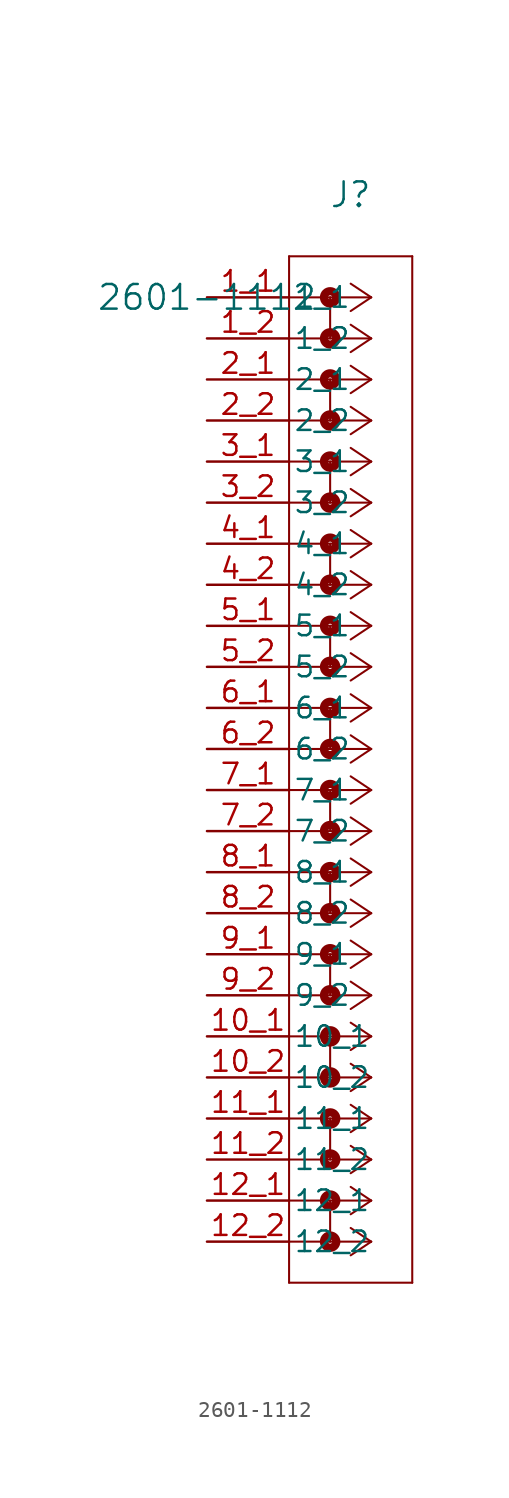
<source format=kicad_sym>
(kicad_symbol_lib
  (version 20220914)
  (generator kicad_symbol_editor)
  (symbol "2601-1112"
    (pin_names
      (offset 0.254))
    (property "Reference" "J"
      (at 8.89 6.35 0)
      (effects (font (size 1.524 1.524))))
    (property "Value" "2601-1112"
      (at 0 0 0)
      (effects (font (size 1.524 1.524))))
    (property "ki_locked" ""
      (at 0 0 0)
      (effects (font (size 1.27 1.27))))
    (symbol "2601-1112_0_1"
      (polyline (pts (xy 5.08 -60.96) (xy 12.7 -60.96)) (stroke (width 0.127) (type default)) (fill (type none)))
      (polyline (pts (xy 5.08 2.54) (xy 5.08 -60.96)) (stroke (width 0.127) (type default)) (fill (type none)))
      (polyline (pts (xy 7.62 -55.88) (xy 7.62 -58.42)) (stroke (width 0.127) (type default)) (fill (type none)))
      (polyline (pts (xy 7.62 -50.8) (xy 7.62 -53.34)) (stroke (width 0.127) (type default)) (fill (type none)))
      (polyline (pts (xy 7.62 -45.72) (xy 7.62 -48.26)) (stroke (width 0.127) (type default)) (fill (type none)))
      (polyline (pts (xy 7.62 -40.64) (xy 7.62 -43.18)) (stroke (width 0.127) (type default)) (fill (type none)))
      (polyline (pts (xy 7.62 -35.56) (xy 7.62 -38.1)) (stroke (width 0.127) (type default)) (fill (type none)))
      (polyline (pts (xy 7.62 -30.48) (xy 7.62 -33.02)) (stroke (width 0.127) (type default)) (fill (type none)))
      (polyline (pts (xy 7.62 -25.4) (xy 7.62 -27.94)) (stroke (width 0.127) (type default)) (fill (type none)))
      (polyline (pts (xy 7.62 -20.32) (xy 7.62 -22.86)) (stroke (width 0.127) (type default)) (fill (type none)))
      (polyline (pts (xy 7.62 -15.24) (xy 7.62 -17.78)) (stroke (width 0.127) (type default)) (fill (type none)))
      (polyline (pts (xy 7.62 -10.16) (xy 7.62 -12.7)) (stroke (width 0.127) (type default)) (fill (type none)))
      (polyline (pts (xy 7.62 -5.08) (xy 7.62 -7.62)) (stroke (width 0.127) (type default)) (fill (type none)))
      (polyline (pts (xy 7.62 0) (xy 7.62 -2.54)) (stroke (width 0.127) (type default)) (fill (type none)))
      (polyline (pts (xy 10.16 -58.42) (xy 5.08 -58.42)) (stroke (width 0.127) (type default)) (fill (type none)))
      (polyline (pts (xy 10.16 -58.42) (xy 8.89 -59.267)) (stroke (width 0.127) (type default)) (fill (type none)))
      (polyline (pts (xy 10.16 -58.42) (xy 8.89 -57.573)) (stroke (width 0.127) (type default)) (fill (type none)))
      (polyline (pts (xy 10.16 -55.88) (xy 5.08 -55.88)) (stroke (width 0.127) (type default)) (fill (type none)))
      (polyline (pts (xy 10.16 -55.88) (xy 8.89 -56.727)) (stroke (width 0.127) (type default)) (fill (type none)))
      (polyline (pts (xy 10.16 -55.88) (xy 8.89 -55.033)) (stroke (width 0.127) (type default)) (fill (type none)))
      (polyline (pts (xy 10.16 -53.34) (xy 5.08 -53.34)) (stroke (width 0.127) (type default)) (fill (type none)))
      (polyline (pts (xy 10.16 -53.34) (xy 8.89 -54.187)) (stroke (width 0.127) (type default)) (fill (type none)))
      (polyline (pts (xy 10.16 -53.34) (xy 8.89 -52.493)) (stroke (width 0.127) (type default)) (fill (type none)))
      (polyline (pts (xy 10.16 -50.8) (xy 5.08 -50.8)) (stroke (width 0.127) (type default)) (fill (type none)))
      (polyline (pts (xy 10.16 -50.8) (xy 8.89 -51.647)) (stroke (width 0.127) (type default)) (fill (type none)))
      (polyline (pts (xy 10.16 -50.8) (xy 8.89 -49.953)) (stroke (width 0.127) (type default)) (fill (type none)))
      (polyline (pts (xy 10.16 -48.26) (xy 5.08 -48.26)) (stroke (width 0.127) (type default)) (fill (type none)))
      (polyline (pts (xy 10.16 -48.26) (xy 8.89 -49.107)) (stroke (width 0.127) (type default)) (fill (type none)))
      (polyline (pts (xy 10.16 -48.26) (xy 8.89 -47.413)) (stroke (width 0.127) (type default)) (fill (type none)))
      (polyline (pts (xy 10.16 -45.72) (xy 5.08 -45.72)) (stroke (width 0.127) (type default)) (fill (type none)))
      (polyline (pts (xy 10.16 -45.72) (xy 8.89 -46.567)) (stroke (width 0.127) (type default)) (fill (type none)))
      (polyline (pts (xy 10.16 -45.72) (xy 8.89 -44.873)) (stroke (width 0.127) (type default)) (fill (type none)))
      (polyline (pts (xy 10.16 -43.18) (xy 5.08 -43.18)) (stroke (width 0.127) (type default)) (fill (type none)))
      (polyline (pts (xy 10.16 -43.18) (xy 8.89 -44.027)) (stroke (width 0.127) (type default)) (fill (type none)))
      (polyline (pts (xy 10.16 -43.18) (xy 8.89 -42.333)) (stroke (width 0.127) (type default)) (fill (type none)))
      (polyline (pts (xy 10.16 -40.64) (xy 5.08 -40.64)) (stroke (width 0.127) (type default)) (fill (type none)))
      (polyline (pts (xy 10.16 -40.64) (xy 8.89 -41.487)) (stroke (width 0.127) (type default)) (fill (type none)))
      (polyline (pts (xy 10.16 -40.64) (xy 8.89 -39.793)) (stroke (width 0.127) (type default)) (fill (type none)))
      (polyline (pts (xy 10.16 -38.1) (xy 5.08 -38.1)) (stroke (width 0.127) (type default)) (fill (type none)))
      (polyline (pts (xy 10.16 -38.1) (xy 8.89 -38.947)) (stroke (width 0.127) (type default)) (fill (type none)))
      (polyline (pts (xy 10.16 -38.1) (xy 8.89 -37.253)) (stroke (width 0.127) (type default)) (fill (type none)))
      (polyline (pts (xy 10.16 -35.56) (xy 5.08 -35.56)) (stroke (width 0.127) (type default)) (fill (type none)))
      (polyline (pts (xy 10.16 -35.56) (xy 8.89 -36.407)) (stroke (width 0.127) (type default)) (fill (type none)))
      (polyline (pts (xy 10.16 -35.56) (xy 8.89 -34.713)) (stroke (width 0.127) (type default)) (fill (type none)))
      (polyline (pts (xy 10.16 -33.02) (xy 5.08 -33.02)) (stroke (width 0.127) (type default)) (fill (type none)))
      (polyline (pts (xy 10.16 -33.02) (xy 8.89 -33.867)) (stroke (width 0.127) (type default)) (fill (type none)))
      (polyline (pts (xy 10.16 -33.02) (xy 8.89 -32.173)) (stroke (width 0.127) (type default)) (fill (type none)))
      (polyline (pts (xy 10.16 -30.48) (xy 5.08 -30.48)) (stroke (width 0.127) (type default)) (fill (type none)))
      (polyline (pts (xy 10.16 -30.48) (xy 8.89 -31.327)) (stroke (width 0.127) (type default)) (fill (type none)))
      (polyline (pts (xy 10.16 -30.48) (xy 8.89 -29.633)) (stroke (width 0.127) (type default)) (fill (type none)))
      (polyline (pts (xy 10.16 -27.94) (xy 5.08 -27.94)) (stroke (width 0.127) (type default)) (fill (type none)))
      (polyline (pts (xy 10.16 -27.94) (xy 8.89 -28.787)) (stroke (width 0.127) (type default)) (fill (type none)))
      (polyline (pts (xy 10.16 -27.94) (xy 8.89 -27.093)) (stroke (width 0.127) (type default)) (fill (type none)))
      (polyline (pts (xy 10.16 -25.4) (xy 5.08 -25.4)) (stroke (width 0.127) (type default)) (fill (type none)))
      (polyline (pts (xy 10.16 -25.4) (xy 8.89 -26.247)) (stroke (width 0.127) (type default)) (fill (type none)))
      (polyline (pts (xy 10.16 -25.4) (xy 8.89 -24.553)) (stroke (width 0.127) (type default)) (fill (type none)))
      (polyline (pts (xy 10.16 -22.86) (xy 5.08 -22.86)) (stroke (width 0.127) (type default)) (fill (type none)))
      (polyline (pts (xy 10.16 -22.86) (xy 8.89 -23.707)) (stroke (width 0.127) (type default)) (fill (type none)))
      (polyline (pts (xy 10.16 -22.86) (xy 8.89 -22.013)) (stroke (width 0.127) (type default)) (fill (type none)))
      (polyline (pts (xy 10.16 -20.32) (xy 5.08 -20.32)) (stroke (width 0.127) (type default)) (fill (type none)))
      (polyline (pts (xy 10.16 -20.32) (xy 8.89 -21.167)) (stroke (width 0.127) (type default)) (fill (type none)))
      (polyline (pts (xy 10.16 -20.32) (xy 8.89 -19.473)) (stroke (width 0.127) (type default)) (fill (type none)))
      (polyline (pts (xy 10.16 -17.78) (xy 5.08 -17.78)) (stroke (width 0.127) (type default)) (fill (type none)))
      (polyline (pts (xy 10.16 -17.78) (xy 8.89 -18.627)) (stroke (width 0.127) (type default)) (fill (type none)))
      (polyline (pts (xy 10.16 -17.78) (xy 8.89 -16.933)) (stroke (width 0.127) (type default)) (fill (type none)))
      (polyline (pts (xy 10.16 -15.24) (xy 5.08 -15.24)) (stroke (width 0.127) (type default)) (fill (type none)))
      (polyline (pts (xy 10.16 -15.24) (xy 8.89 -16.087)) (stroke (width 0.127) (type default)) (fill (type none)))
      (polyline (pts (xy 10.16 -15.24) (xy 8.89 -14.393)) (stroke (width 0.127) (type default)) (fill (type none)))
      (polyline (pts (xy 10.16 -12.7) (xy 5.08 -12.7)) (stroke (width 0.127) (type default)) (fill (type none)))
      (polyline (pts (xy 10.16 -12.7) (xy 8.89 -13.547)) (stroke (width 0.127) (type default)) (fill (type none)))
      (polyline (pts (xy 10.16 -12.7) (xy 8.89 -11.853)) (stroke (width 0.127) (type default)) (fill (type none)))
      (polyline (pts (xy 10.16 -10.16) (xy 5.08 -10.16)) (stroke (width 0.127) (type default)) (fill (type none)))
      (polyline (pts (xy 10.16 -10.16) (xy 8.89 -11.007)) (stroke (width 0.127) (type default)) (fill (type none)))
      (polyline (pts (xy 10.16 -10.16) (xy 8.89 -9.313)) (stroke (width 0.127) (type default)) (fill (type none)))
      (polyline (pts (xy 10.16 -7.62) (xy 5.08 -7.62)) (stroke (width 0.127) (type default)) (fill (type none)))
      (polyline (pts (xy 10.16 -7.62) (xy 8.89 -8.467)) (stroke (width 0.127) (type default)) (fill (type none)))
      (polyline (pts (xy 10.16 -7.62) (xy 8.89 -6.773)) (stroke (width 0.127) (type default)) (fill (type none)))
      (polyline (pts (xy 10.16 -5.08) (xy 5.08 -5.08)) (stroke (width 0.127) (type default)) (fill (type none)))
      (polyline (pts (xy 10.16 -5.08) (xy 8.89 -5.927)) (stroke (width 0.127) (type default)) (fill (type none)))
      (polyline (pts (xy 10.16 -5.08) (xy 8.89 -4.233)) (stroke (width 0.127) (type default)) (fill (type none)))
      (polyline (pts (xy 10.16 -2.54) (xy 5.08 -2.54)) (stroke (width 0.127) (type default)) (fill (type none)))
      (polyline (pts (xy 10.16 -2.54) (xy 8.89 -3.387)) (stroke (width 0.127) (type default)) (fill (type none)))
      (polyline (pts (xy 10.16 -2.54) (xy 8.89 -1.693)) (stroke (width 0.127) (type default)) (fill (type none)))
      (polyline (pts (xy 10.16 0) (xy 5.08 0)) (stroke (width 0.127) (type default)) (fill (type none)))
      (polyline (pts (xy 10.16 0) (xy 8.89 -0.847)) (stroke (width 0.127) (type default)) (fill (type none)))
      (polyline (pts (xy 10.16 0) (xy 8.89 0.847)) (stroke (width 0.127) (type default)) (fill (type none)))
      (polyline (pts (xy 12.7 -60.96) (xy 12.7 2.54)) (stroke (width 0.127) (type default)) (fill (type none)))
      (polyline (pts (xy 12.7 2.54) (xy 5.08 2.54)) (stroke (width 0.127) (type default)) (fill (type none)))
      (circle (center 7.62 -58.42) (radius 0.127) (stroke (width 0.508) (type default)) (fill (type none)))
      (circle (center 7.62 -55.88) (radius 0.127) (stroke (width 0.508) (type default)) (fill (type none)))
      (circle (center 7.62 -53.34) (radius 0.127) (stroke (width 0.508) (type default)) (fill (type none)))
      (circle (center 7.62 -50.8) (radius 0.127) (stroke (width 0.508) (type default)) (fill (type none)))
      (circle (center 7.62 -48.26) (radius 0.127) (stroke (width 0.508) (type default)) (fill (type none)))
      (circle (center 7.62 -45.72) (radius 0.127) (stroke (width 0.508) (type default)) (fill (type none)))
      (circle (center 7.62 -43.18) (radius 0.127) (stroke (width 0.508) (type default)) (fill (type none)))
      (circle (center 7.62 -40.64) (radius 0.127) (stroke (width 0.508) (type default)) (fill (type none)))
      (circle (center 7.62 -38.1) (radius 0.127) (stroke (width 0.508) (type default)) (fill (type none)))
      (circle (center 7.62 -35.56) (radius 0.127) (stroke (width 0.508) (type default)) (fill (type none)))
      (circle (center 7.62 -33.02) (radius 0.127) (stroke (width 0.508) (type default)) (fill (type none)))
      (circle (center 7.62 -30.48) (radius 0.127) (stroke (width 0.508) (type default)) (fill (type none)))
      (circle (center 7.62 -27.94) (radius 0.127) (stroke (width 0.508) (type default)) (fill (type none)))
      (circle (center 7.62 -25.4) (radius 0.127) (stroke (width 0.508) (type default)) (fill (type none)))
      (circle (center 7.62 -22.86) (radius 0.127) (stroke (width 0.508) (type default)) (fill (type none)))
      (circle (center 7.62 -20.32) (radius 0.127) (stroke (width 0.508) (type default)) (fill (type none)))
      (circle (center 7.62 -17.78) (radius 0.127) (stroke (width 0.508) (type default)) (fill (type none)))
      (circle (center 7.62 -15.24) (radius 0.127) (stroke (width 0.508) (type default)) (fill (type none)))
      (circle (center 7.62 -12.7) (radius 0.127) (stroke (width 0.508) (type default)) (fill (type none)))
      (circle (center 7.62 -10.16) (radius 0.127) (stroke (width 0.508) (type default)) (fill (type none)))
      (circle (center 7.62 -7.62) (radius 0.127) (stroke (width 0.508) (type default)) (fill (type none)))
      (circle (center 7.62 -5.08) (radius 0.127) (stroke (width 0.508) (type default)) (fill (type none)))
      (circle (center 7.62 -2.54) (radius 0.127) (stroke (width 0.508) (type default)) (fill (type none)))
      (circle (center 7.62 0) (radius 0.127) (stroke (width 0.508) (type default)) (fill (type none)))
      (pin unspecified line (at 0 -45.72 0) (length 5.08) (name "10_1" (effects (font (size 1.27 1.27)))) (number "10_1" (effects (font (size 1.27 1.27)))))
      (pin unspecified line (at 0 -48.26 0) (length 5.08) (name "10_2" (effects (font (size 1.27 1.27)))) (number "10_2" (effects (font (size 1.27 1.27)))))
      (pin unspecified line (at 0 -50.8 0) (length 5.08) (name "11_1" (effects (font (size 1.27 1.27)))) (number "11_1" (effects (font (size 1.27 1.27)))))
      (pin unspecified line (at 0 -53.34 0) (length 5.08) (name "11_2" (effects (font (size 1.27 1.27)))) (number "11_2" (effects (font (size 1.27 1.27)))))
      (pin unspecified line (at 0 -55.88 0) (length 5.08) (name "12_1" (effects (font (size 1.27 1.27)))) (number "12_1" (effects (font (size 1.27 1.27)))))
      (pin unspecified line (at 0 -58.42 0) (length 5.08) (name "12_2" (effects (font (size 1.27 1.27)))) (number "12_2" (effects (font (size 1.27 1.27)))))
      (pin unspecified line (at 0 0 0) (length 5.08) (name "1_1" (effects (font (size 1.27 1.27)))) (number "1_1" (effects (font (size 1.27 1.27)))))
      (pin unspecified line (at 0 -2.54 0) (length 5.08) (name "1_2" (effects (font (size 1.27 1.27)))) (number "1_2" (effects (font (size 1.27 1.27)))))
      (pin unspecified line (at 0 -5.08 0) (length 5.08) (name "2_1" (effects (font (size 1.27 1.27)))) (number "2_1" (effects (font (size 1.27 1.27)))))
      (pin unspecified line (at 0 -7.62 0) (length 5.08) (name "2_2" (effects (font (size 1.27 1.27)))) (number "2_2" (effects (font (size 1.27 1.27)))))
      (pin unspecified line (at 0 -10.16 0) (length 5.08) (name "3_1" (effects (font (size 1.27 1.27)))) (number "3_1" (effects (font (size 1.27 1.27)))))
      (pin unspecified line (at 0 -12.7 0) (length 5.08) (name "3_2" (effects (font (size 1.27 1.27)))) (number "3_2" (effects (font (size 1.27 1.27)))))
      (pin unspecified line (at 0 -15.24 0) (length 5.08) (name "4_1" (effects (font (size 1.27 1.27)))) (number "4_1" (effects (font (size 1.27 1.27)))))
      (pin unspecified line (at 0 -17.78 0) (length 5.08) (name "4_2" (effects (font (size 1.27 1.27)))) (number "4_2" (effects (font (size 1.27 1.27)))))
      (pin unspecified line (at 0 -20.32 0) (length 5.08) (name "5_1" (effects (font (size 1.27 1.27)))) (number "5_1" (effects (font (size 1.27 1.27)))))
      (pin unspecified line (at 0 -22.86 0) (length 5.08) (name "5_2" (effects (font (size 1.27 1.27)))) (number "5_2" (effects (font (size 1.27 1.27)))))
      (pin unspecified line (at 0 -25.4 0) (length 5.08) (name "6_1" (effects (font (size 1.27 1.27)))) (number "6_1" (effects (font (size 1.27 1.27)))))
      (pin unspecified line (at 0 -27.94 0) (length 5.08) (name "6_2" (effects (font (size 1.27 1.27)))) (number "6_2" (effects (font (size 1.27 1.27)))))
      (pin unspecified line (at 0 -30.48 0) (length 5.08) (name "7_1" (effects (font (size 1.27 1.27)))) (number "7_1" (effects (font (size 1.27 1.27)))))
      (pin unspecified line (at 0 -33.02 0) (length 5.08) (name "7_2" (effects (font (size 1.27 1.27)))) (number "7_2" (effects (font (size 1.27 1.27)))))
      (pin unspecified line (at 0 -35.56 0) (length 5.08) (name "8_1" (effects (font (size 1.27 1.27)))) (number "8_1" (effects (font (size 1.27 1.27)))))
      (pin unspecified line (at 0 -38.1 0) (length 5.08) (name "8_2" (effects (font (size 1.27 1.27)))) (number "8_2" (effects (font (size 1.27 1.27)))))
      (pin unspecified line (at 0 -40.64 0) (length 5.08) (name "9_1" (effects (font (size 1.27 1.27)))) (number "9_1" (effects (font (size 1.27 1.27)))))
      (pin unspecified line (at 0 -43.18 0) (length 5.08) (name "9_2" (effects (font (size 1.27 1.27)))) (number "9_2" (effects (font (size 1.27 1.27))))))))
</source>
